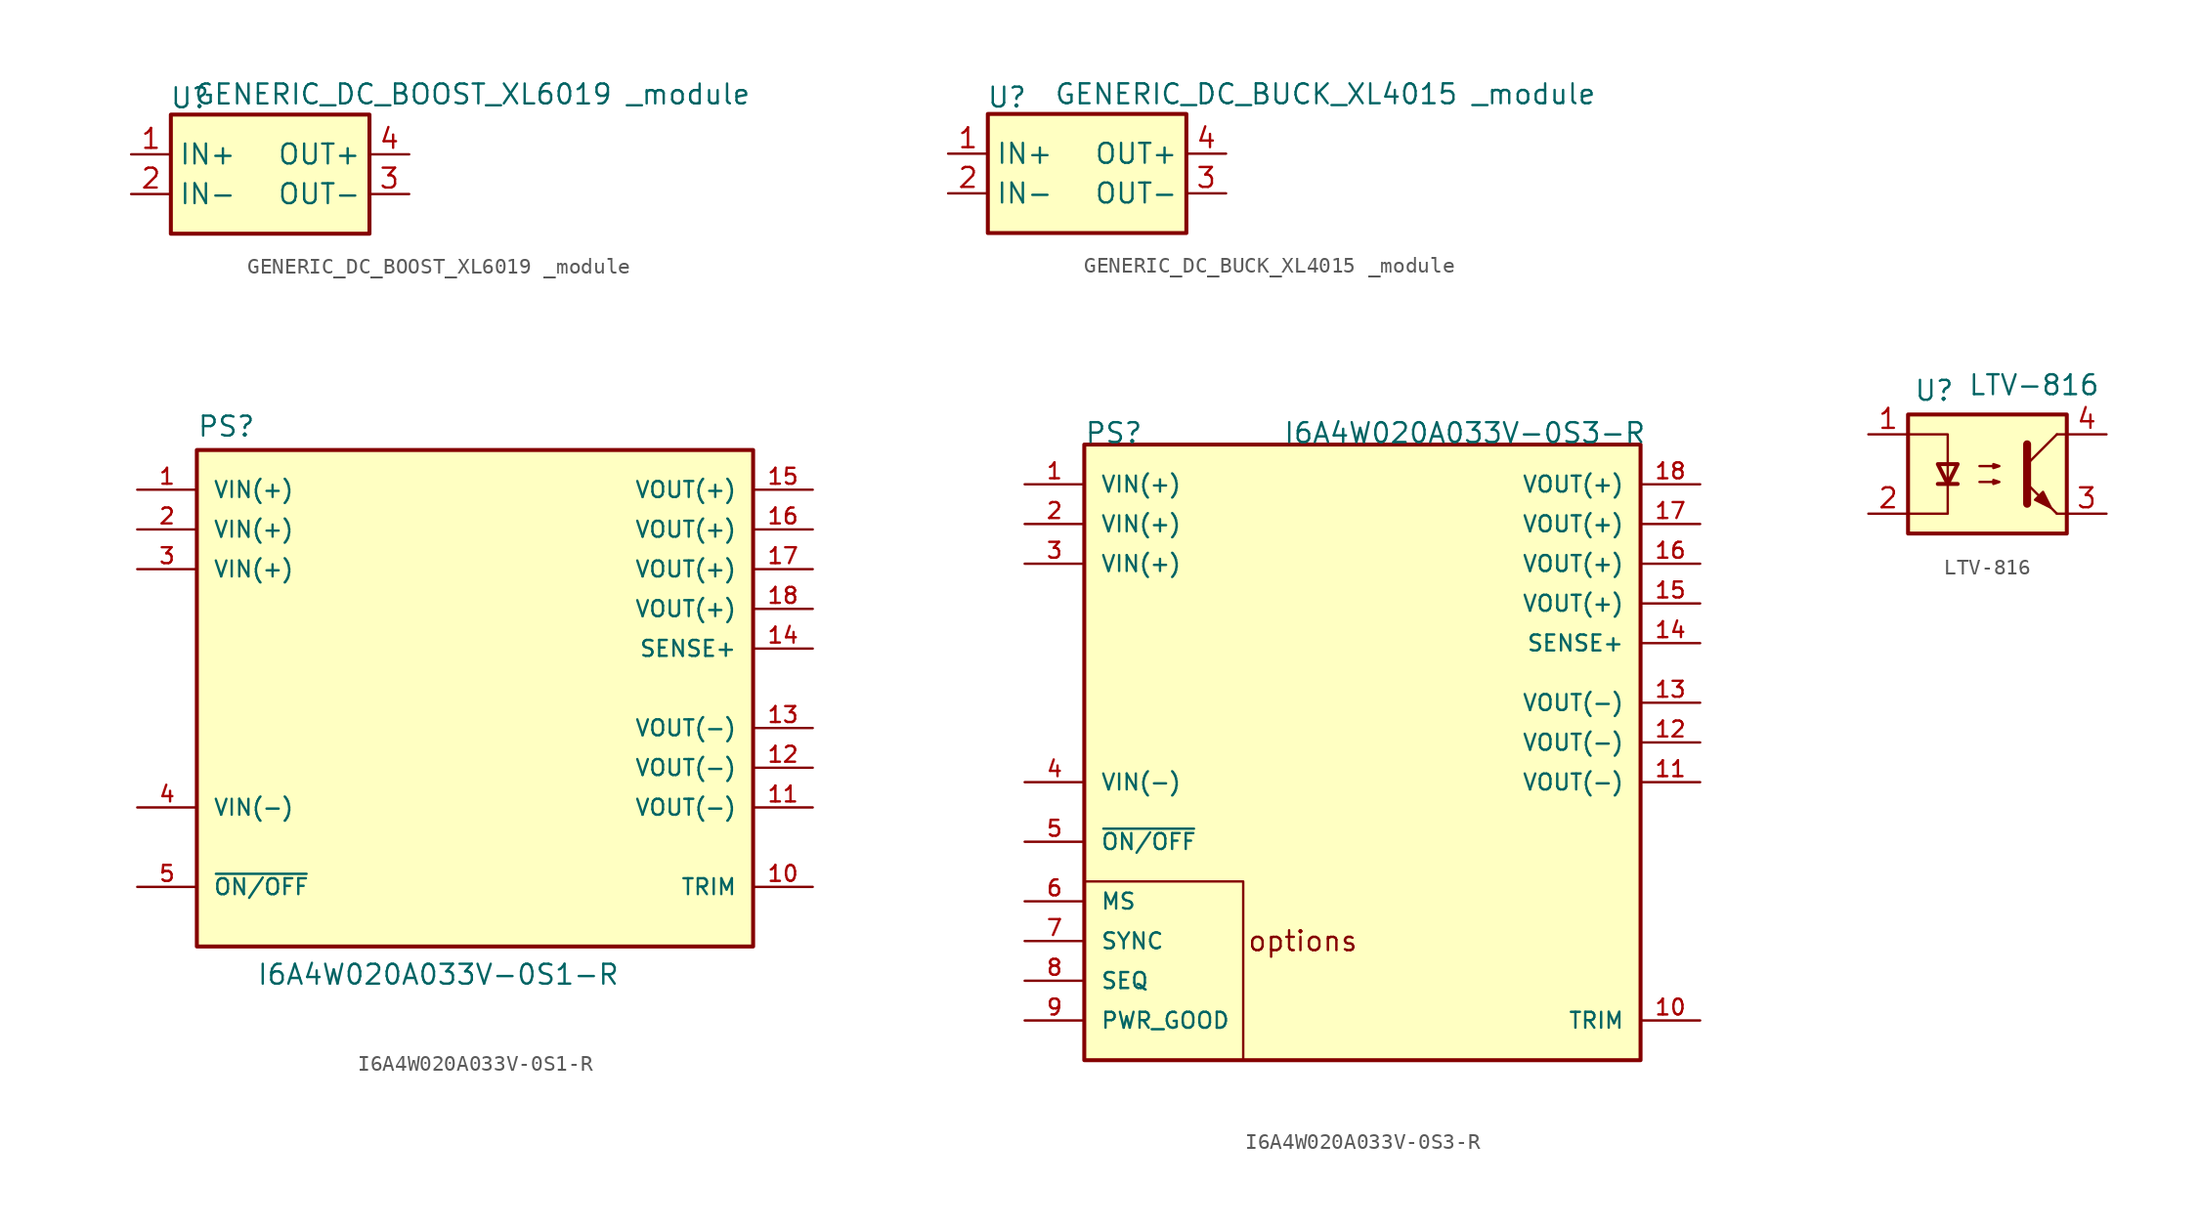
<source format=kicad_sym>
(kicad_symbol_lib
  (version 20220914)
  (generator kicad_symbol_editor)
  (symbol "GENERIC_DC_BOOST_XL6019 _module"
    (property "Reference" "U"
      (at -5.126 1.06 0)
      (effects (font (size 1.27 1.27))))
    (property "Value" "GENERIC_DC_BOOST_XL6019 _module"
      (at 12.917 1.3 0)
      (effects (font (size 1.27 1.27))))
    (symbol "GENERIC_DC_BOOST_XL6019 _module_0_1"
      (rectangle (start -6.35 0) (end 6.35 -7.62) (stroke (width 0.254) (type default)) (fill (type background))))
    (symbol "GENERIC_DC_BOOST_XL6019 _module_1_1"
      (pin power_in line (at -8.89 -2.54 0) (length 2.54) (name "IN+" (effects (font (size 1.27 1.27)))) (number "1" (effects (font (size 1.27 1.27)))))
      (pin power_in line (at -8.89 -5.08 0) (length 2.54) (name "IN-" (effects (font (size 1.27 1.27)))) (number "2" (effects (font (size 1.27 1.27)))))
      (pin power_out line (at 8.89 -5.08 180) (length 2.54) (name "OUT-" (effects (font (size 1.27 1.27)))) (number "3" (effects (font (size 1.27 1.27)))))
      (pin power_out line (at 8.89 -2.54 180) (length 2.54) (name "OUT+" (effects (font (size 1.27 1.27)))) (number "4" (effects (font (size 1.27 1.27)))))))
  (symbol "GENERIC_DC_BUCK_XL4015 _module"
    (property "Reference" "U"
      (at -5.126 1.06 0)
      (effects (font (size 1.27 1.27))))
    (property "Value" "GENERIC_DC_BUCK_XL4015 _module"
      (at 15.24 1.27 0)
      (effects (font (size 1.27 1.27))))
    (symbol "GENERIC_DC_BUCK_XL4015 _module_0_1"
      (rectangle (start -6.35 0) (end 6.35 -7.62) (stroke (width 0.254) (type default)) (fill (type background))))
    (symbol "GENERIC_DC_BUCK_XL4015 _module_1_1"
      (pin power_in line (at -8.89 -2.54 0) (length 2.54) (name "IN+" (effects (font (size 1.27 1.27)))) (number "1" (effects (font (size 1.27 1.27)))))
      (pin power_in line (at -8.89 -5.08 0) (length 2.54) (name "IN-" (effects (font (size 1.27 1.27)))) (number "2" (effects (font (size 1.27 1.27)))))
      (pin power_out line (at 8.89 -5.08 180) (length 2.54) (name "OUT-" (effects (font (size 1.27 1.27)))) (number "3" (effects (font (size 1.27 1.27)))))
      (pin power_out line (at 8.89 -2.54 180) (length 2.54) (name "OUT+" (effects (font (size 1.27 1.27)))) (number "4" (effects (font (size 1.27 1.27)))))))
  (symbol "I6A4W020A033V-0S1-R"
    (pin_names
      (offset 1.016))
    (property "Reference" "PS"
      (at -17.78 10.922 0)
      (effects (font (size 1.27 1.27)) (justify left bottom)))
    (property "Value" "I6A4W020A033V-0S1-R"
      (at -13.97 -24.13 0)
      (effects (font (size 1.27 1.27)) (justify left bottom)))
    (symbol "I6A4W020A033V-0S1-R_0_0"
      (rectangle (start -17.78 10.16) (end 17.78 -21.59) (stroke (width 0.254) (type default)) (fill (type background)))
      (pin power_in line (at -21.59 7.62 0) (length 3.81) (name "VIN(+)" (effects (font (size 1.016 1.016)))) (number "1" (effects (font (size 1.016 1.016)))))
      (pin input line (at 21.59 -17.78 180) (length 3.81) (name "TRIM" (effects (font (size 1.016 1.016)))) (number "10" (effects (font (size 1.016 1.016)))))
      (pin power_out line (at 21.59 -12.7 180) (length 3.81) (name "VOUT(-)" (effects (font (size 1.016 1.016)))) (number "11" (effects (font (size 1.016 1.016)))))
      (pin power_out line (at 21.59 -10.16 180) (length 3.81) (name "VOUT(-)" (effects (font (size 1.016 1.016)))) (number "12" (effects (font (size 1.016 1.016)))))
      (pin power_out line (at 21.59 -7.62 180) (length 3.81) (name "VOUT(-)" (effects (font (size 1.016 1.016)))) (number "13" (effects (font (size 1.016 1.016)))))
      (pin input line (at 21.59 -2.54 180) (length 3.81) (name "SENSE+" (effects (font (size 1.016 1.016)))) (number "14" (effects (font (size 1.016 1.016)))))
      (pin power_out line (at 21.59 7.62 180) (length 3.81) (name "VOUT(+)" (effects (font (size 1.016 1.016)))) (number "15" (effects (font (size 1.016 1.016)))))
      (pin power_out line (at 21.59 5.08 180) (length 3.81) (name "VOUT(+)" (effects (font (size 1.016 1.016)))) (number "16" (effects (font (size 1.016 1.016)))))
      (pin power_out line (at 21.59 2.54 180) (length 3.81) (name "VOUT(+)" (effects (font (size 1.016 1.016)))) (number "17" (effects (font (size 1.016 1.016)))))
      (pin power_out line (at 21.59 0 180) (length 3.81) (name "VOUT(+)" (effects (font (size 1.016 1.016)))) (number "18" (effects (font (size 1.016 1.016)))))
      (pin power_in line (at -21.59 5.08 0) (length 3.81) (name "VIN(+)" (effects (font (size 1.016 1.016)))) (number "2" (effects (font (size 1.016 1.016)))))
      (pin power_in line (at -21.59 2.54 0) (length 3.81) (name "VIN(+)" (effects (font (size 1.016 1.016)))) (number "3" (effects (font (size 1.016 1.016)))))
      (pin power_in line (at -21.59 -12.7 0) (length 3.81) (name "VIN(-)" (effects (font (size 1.016 1.016)))) (number "4" (effects (font (size 1.016 1.016)))))
      (pin input line (at -21.59 -17.78 0) (length 3.81) (name "~{ON/OFF}" (effects (font (size 1.016 1.016)))) (number "5" (effects (font (size 1.016 1.016)))))))
  (symbol "I6A4W020A033V-0S3-R"
    (pin_names
      (offset 1.016))
    (property "Reference" "PS"
      (at -17.78 17.78 0)
      (effects (font (size 1.27 1.27)) (justify left bottom)))
    (property "Value" "I6A4W020A033V-0S3-R"
      (at -5.08 17.78 0)
      (effects (font (size 1.27 1.27)) (justify left bottom)))
    (symbol "I6A4W020A033V-0S3-R_0_0"
      (rectangle (start -17.78 17.78) (end 17.78 -21.59) (stroke (width 0.254) (type default)) (fill (type background)))
      (text "options" (at -3.81 -13.97 0) (effects (font (size 1.27 1.27))))
      (pin power_in line (at -21.59 15.24 0) (length 3.81) (name "VIN(+)" (effects (font (size 1.016 1.016)))) (number "1" (effects (font (size 1.016 1.016)))))
      (pin passive line (at 21.59 -19.05 180) (length 3.81) (name "TRIM" (effects (font (size 1.016 1.016)))) (number "10" (effects (font (size 1.016 1.016)))))
      (pin power_out line (at 21.59 -3.81 180) (length 3.81) (name "VOUT(-)" (effects (font (size 1.016 1.016)))) (number "11" (effects (font (size 1.016 1.016)))))
      (pin power_out line (at 21.59 -1.27 180) (length 3.81) (name "VOUT(-)" (effects (font (size 1.016 1.016)))) (number "12" (effects (font (size 1.016 1.016)))))
      (pin power_out line (at 21.59 1.27 180) (length 3.81) (name "VOUT(-)" (effects (font (size 1.016 1.016)))) (number "13" (effects (font (size 1.016 1.016)))))
      (pin input line (at 21.59 5.08 180) (length 3.81) (name "SENSE+" (effects (font (size 1.016 1.016)))) (number "14" (effects (font (size 1.016 1.016)))))
      (pin power_out line (at 21.59 7.62 180) (length 3.81) (name "VOUT(+)" (effects (font (size 1.016 1.016)))) (number "15" (effects (font (size 1.016 1.016)))))
      (pin power_out line (at 21.59 10.16 180) (length 3.81) (name "VOUT(+)" (effects (font (size 1.016 1.016)))) (number "16" (effects (font (size 1.016 1.016)))))
      (pin power_out line (at 21.59 12.7 180) (length 3.81) (name "VOUT(+)" (effects (font (size 1.016 1.016)))) (number "17" (effects (font (size 1.016 1.016)))))
      (pin power_out line (at 21.59 15.24 180) (length 3.81) (name "VOUT(+)" (effects (font (size 1.016 1.016)))) (number "18" (effects (font (size 1.016 1.016)))))
      (pin power_in line (at -21.59 12.7 0) (length 3.81) (name "VIN(+)" (effects (font (size 1.016 1.016)))) (number "2" (effects (font (size 1.016 1.016)))))
      (pin power_in line (at -21.59 10.16 0) (length 3.81) (name "VIN(+)" (effects (font (size 1.016 1.016)))) (number "3" (effects (font (size 1.016 1.016)))))
      (pin power_in line (at -21.59 -3.81 0) (length 3.81) (name "VIN(-)" (effects (font (size 1.016 1.016)))) (number "4" (effects (font (size 1.016 1.016)))))
      (pin input line (at -21.59 -7.62 0) (length 3.81) (name "~{ON/OFF}" (effects (font (size 1.016 1.016)))) (number "5" (effects (font (size 1.016 1.016)))))
      (pin input line (at -21.59 -11.43 0) (length 3.81) (name "MS" (effects (font (size 1.016 1.016)))) (number "6" (effects (font (size 1.016 1.016)))))
      (pin input line (at -21.59 -13.97 0) (length 3.81) (name "SYNC" (effects (font (size 1.016 1.016)))) (number "7" (effects (font (size 1.016 1.016)))))
      (pin input line (at -21.59 -16.51 0) (length 3.81) (name "SEQ" (effects (font (size 1.016 1.016)))) (number "8" (effects (font (size 1.016 1.016)))))
      (pin output line (at -21.59 -19.05 0) (length 3.81) (name "PWR_GOOD" (effects (font (size 1.016 1.016)))) (number "9" (effects (font (size 1.016 1.016))))))
    (symbol "I6A4W020A033V-0S3-R_0_1"
      (polyline (pts (xy -17.78 -10.16) (xy -7.62 -10.16) (xy -7.62 -21.59)) (stroke (width 0) (type default)) (fill (type none)))))
  (symbol "LTV-816"
    (pin_names
      (offset 1.016))
    (property "Reference" "U"
      (at -4.719 4.596 0)
      (effects (font (size 1.27 1.27)) (justify left bottom)))
    (property "VALUE" "LTV-816"
      (at 2.981 4.954 0)
      (effects (font (size 1.27 1.27)) (justify bottom)))
    (symbol "LTV-816_0_1"
      (rectangle (start -5.08 3.81) (end 5.08 -3.81) (stroke (width 0.254) (type default)) (fill (type background)))
      (polyline (pts (xy -3.175 -0.635) (xy -1.905 -0.635)) (stroke (width 0.254) (type default)) (fill (type none)))
      (polyline (pts (xy 2.54 0.635) (xy 4.445 2.54)) (stroke (width 0) (type default)) (fill (type none)))
      (polyline (pts (xy 4.445 -2.54) (xy 2.54 -0.635)) (stroke (width 0) (type default)) (fill (type outline)))
      (polyline (pts (xy 4.445 -2.54) (xy 5.08 -2.54)) (stroke (width 0) (type default)) (fill (type none)))
      (polyline (pts (xy 4.445 2.54) (xy 5.08 2.54)) (stroke (width 0) (type default)) (fill (type none)))
      (polyline (pts (xy -5.08 2.54) (xy -2.54 2.54) (xy -2.54 -0.635)) (stroke (width 0) (type default)) (fill (type none)))
      (polyline (pts (xy -2.54 -0.635) (xy -2.54 -2.54) (xy -5.08 -2.54)) (stroke (width 0) (type default)) (fill (type none)))
      (polyline (pts (xy 2.54 1.905) (xy 2.54 -1.905) (xy 2.54 -1.905)) (stroke (width 0.508) (type default)) (fill (type none)))
      (polyline (pts (xy -2.54 -0.635) (xy -3.175 0.635) (xy -1.905 0.635) (xy -2.54 -0.635)) (stroke (width 0.254) (type default)) (fill (type none)))
      (polyline (pts (xy -0.508 -0.508) (xy 0.762 -0.508) (xy 0.381 -0.635) (xy 0.381 -0.381) (xy 0.762 -0.508)) (stroke (width 0) (type default)) (fill (type none)))
      (polyline (pts (xy -0.508 0.508) (xy 0.762 0.508) (xy 0.381 0.381) (xy 0.381 0.635) (xy 0.762 0.508)) (stroke (width 0) (type default)) (fill (type none)))
      (polyline (pts (xy 3.048 -1.651) (xy 3.556 -1.143) (xy 4.064 -2.159) (xy 3.048 -1.651) (xy 3.048 -1.651)) (stroke (width 0) (type default)) (fill (type outline))))
    (symbol "LTV-816_1_1"
      (pin passive line (at -7.62 2.54 0) (length 2.54) (name "~" (effects (font (size 1.27 1.27)))) (number "1" (effects (font (size 1.27 1.27)))))
      (pin passive line (at -7.62 -2.54 0) (length 2.54) (name "~" (effects (font (size 1.27 1.27)))) (number "2" (effects (font (size 1.27 1.27)))))
      (pin passive line (at 7.62 -2.54 180) (length 2.54) (name "~" (effects (font (size 1.27 1.27)))) (number "3" (effects (font (size 1.27 1.27)))))
      (pin passive line (at 7.62 2.54 180) (length 2.54) (name "~" (effects (font (size 1.27 1.27)))) (number "4" (effects (font (size 1.27 1.27))))))))
</source>
